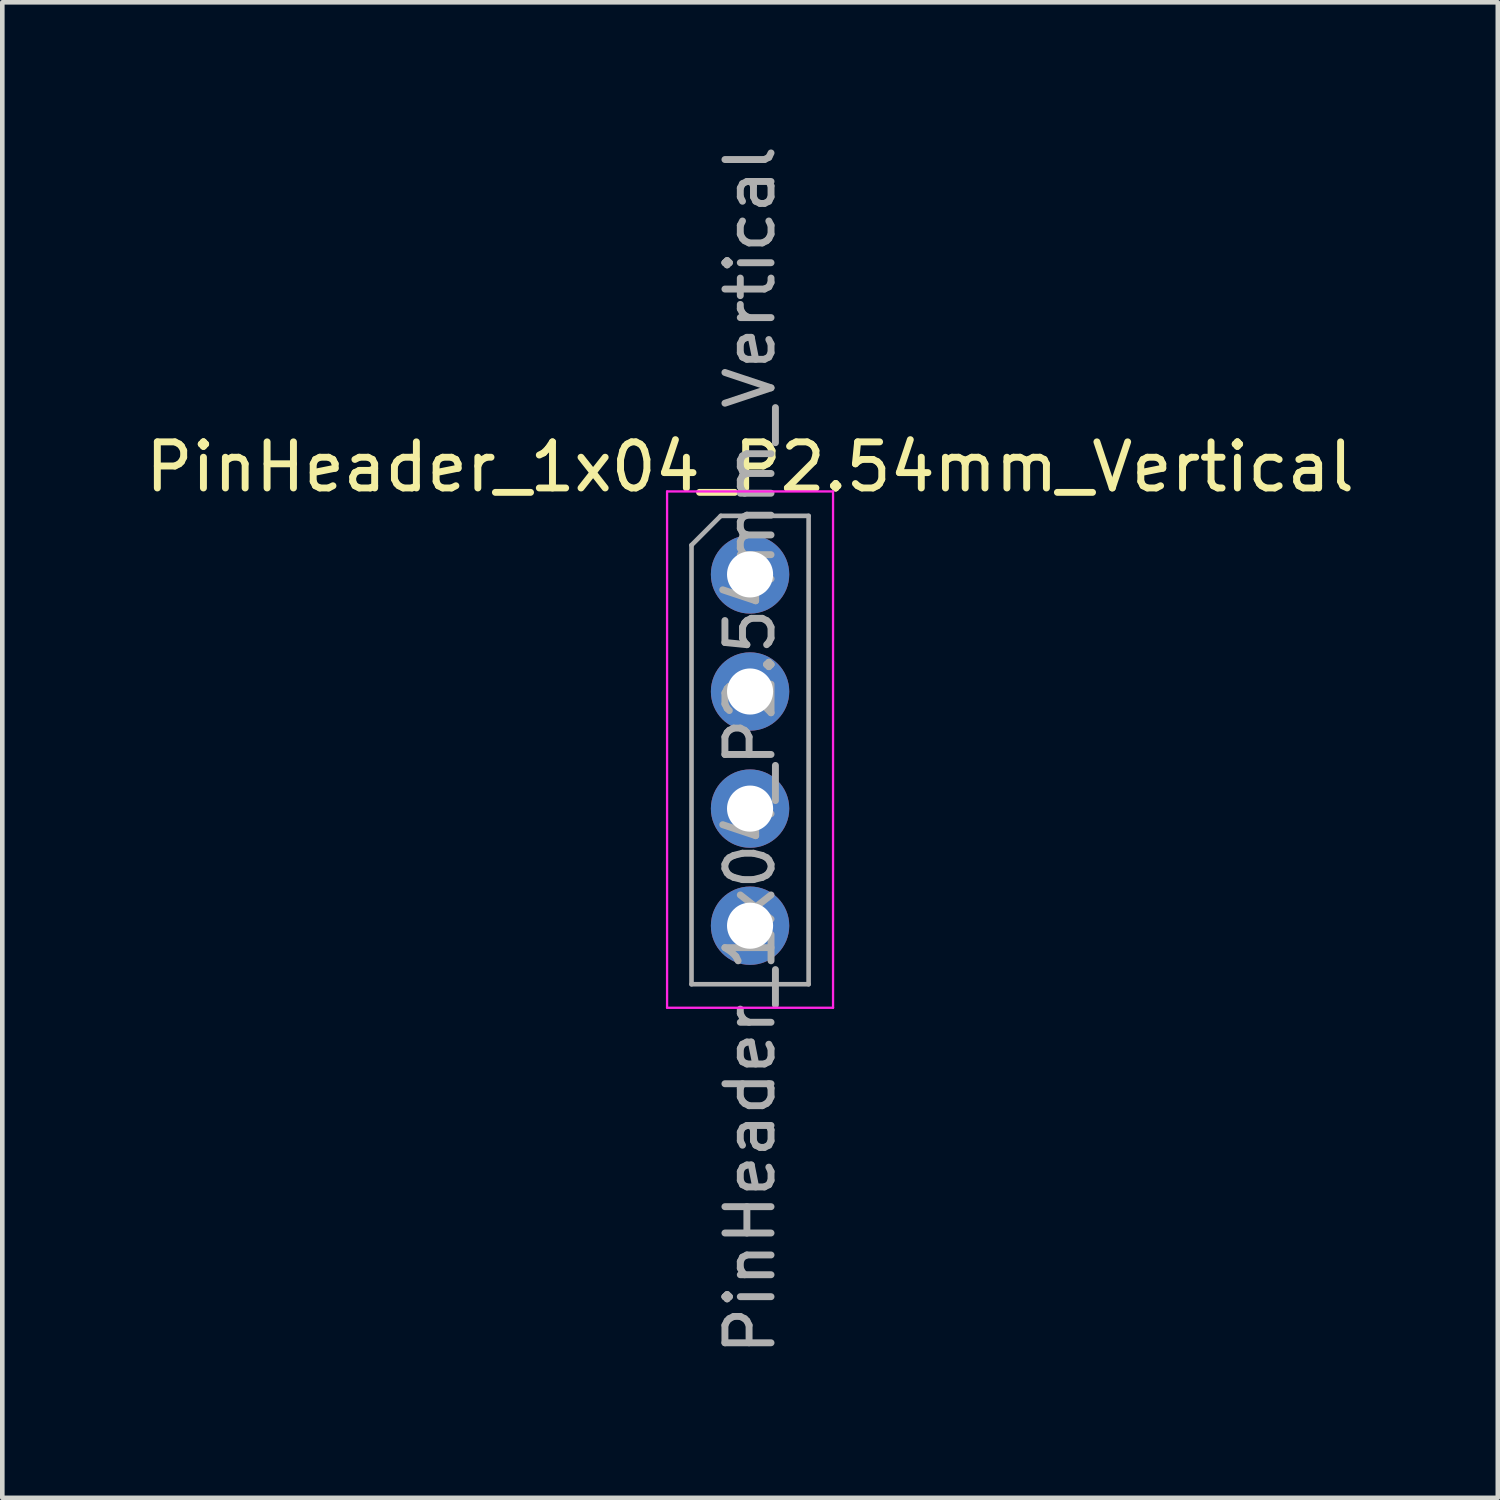
<source format=kicad_pcb>
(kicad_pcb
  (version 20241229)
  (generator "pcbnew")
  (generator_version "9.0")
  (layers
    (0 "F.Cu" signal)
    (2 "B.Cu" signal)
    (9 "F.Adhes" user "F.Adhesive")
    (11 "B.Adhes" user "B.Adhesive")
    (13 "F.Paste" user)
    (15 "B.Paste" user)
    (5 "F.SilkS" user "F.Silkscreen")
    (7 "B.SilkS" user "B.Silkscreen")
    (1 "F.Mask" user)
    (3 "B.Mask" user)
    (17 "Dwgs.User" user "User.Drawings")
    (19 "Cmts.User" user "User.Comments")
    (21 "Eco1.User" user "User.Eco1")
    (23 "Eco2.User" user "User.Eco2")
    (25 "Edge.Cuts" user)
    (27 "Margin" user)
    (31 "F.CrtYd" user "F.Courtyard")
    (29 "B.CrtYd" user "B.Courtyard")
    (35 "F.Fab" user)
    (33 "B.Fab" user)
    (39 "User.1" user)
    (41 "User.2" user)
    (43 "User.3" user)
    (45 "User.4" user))
  (footprint "PinHeader_1x04_P2.54mm_Vertical"
    (layer "F.Cu")
    (at 13.22 9.41)
    (property "Reference" "PinHeader_1x04_P2.54mm_Vertical" (at 0 -2.33 0) (layer "F.SilkS") (effects (font (size 1 1) (thickness 0.15))))
    (attr through_hole)
    (fp_line (start -1.8 -1.8) (end -1.8 9.4) (stroke (width 0.05) (type solid)) (layer "F.CrtYd"))
    (fp_line (start -1.8 9.4) (end 1.8 9.4) (stroke (width 0.05) (type solid)) (layer "F.CrtYd"))
    (fp_line (start 1.8 -1.8) (end -1.8 -1.8) (stroke (width 0.05) (type solid)) (layer "F.CrtYd"))
    (fp_line (start 1.8 9.4) (end 1.8 -1.8) (stroke (width 0.05) (type solid)) (layer "F.CrtYd"))
    (fp_line (start -1.27 -0.635) (end -0.635 -1.27) (stroke (width 0.1) (type solid)) (layer "F.Fab"))
    (fp_line (start -1.27 8.89) (end -1.27 -0.635) (stroke (width 0.1) (type solid)) (layer "F.Fab"))
    (fp_line (start -0.635 -1.27) (end 1.27 -1.27) (stroke (width 0.1) (type solid)) (layer "F.Fab"))
    (fp_line (start 1.27 -1.27) (end 1.27 8.89) (stroke (width 0.1) (type solid)) (layer "F.Fab"))
    (fp_line (start 1.27 8.89) (end -1.27 8.89) (stroke (width 0.1) (type solid)) (layer "F.Fab"))
    (fp_text user "${REFERENCE}" (at 0 3.81 90) (layer "F.Fab") (effects (font (size 1 1) (thickness 0.15))))
    (pad "1" thru_hole circle (at 0 0) (size 1.7 1.7) (drill 1) (layers "*.Cu" "*.Mask"))
    (pad "2" thru_hole circle (at 0 2.54) (size 1.7 1.7) (drill 1) (layers "*.Cu" "*.Mask"))
    (pad "3" thru_hole circle (at 0 5.08) (size 1.7 1.7) (drill 1) (layers "*.Cu" "*.Mask"))
    (pad "4" thru_hole circle (at 0 7.62) (size 1.7 1.7) (drill 1) (layers "*.Cu" "*.Mask")))
  (gr_rect
    (start -3 -3)
    (end 29.44 29.44)
    (stroke (width 0.1) (type default))
    (fill no)
    (layer "Edge.Cuts")))
</source>
